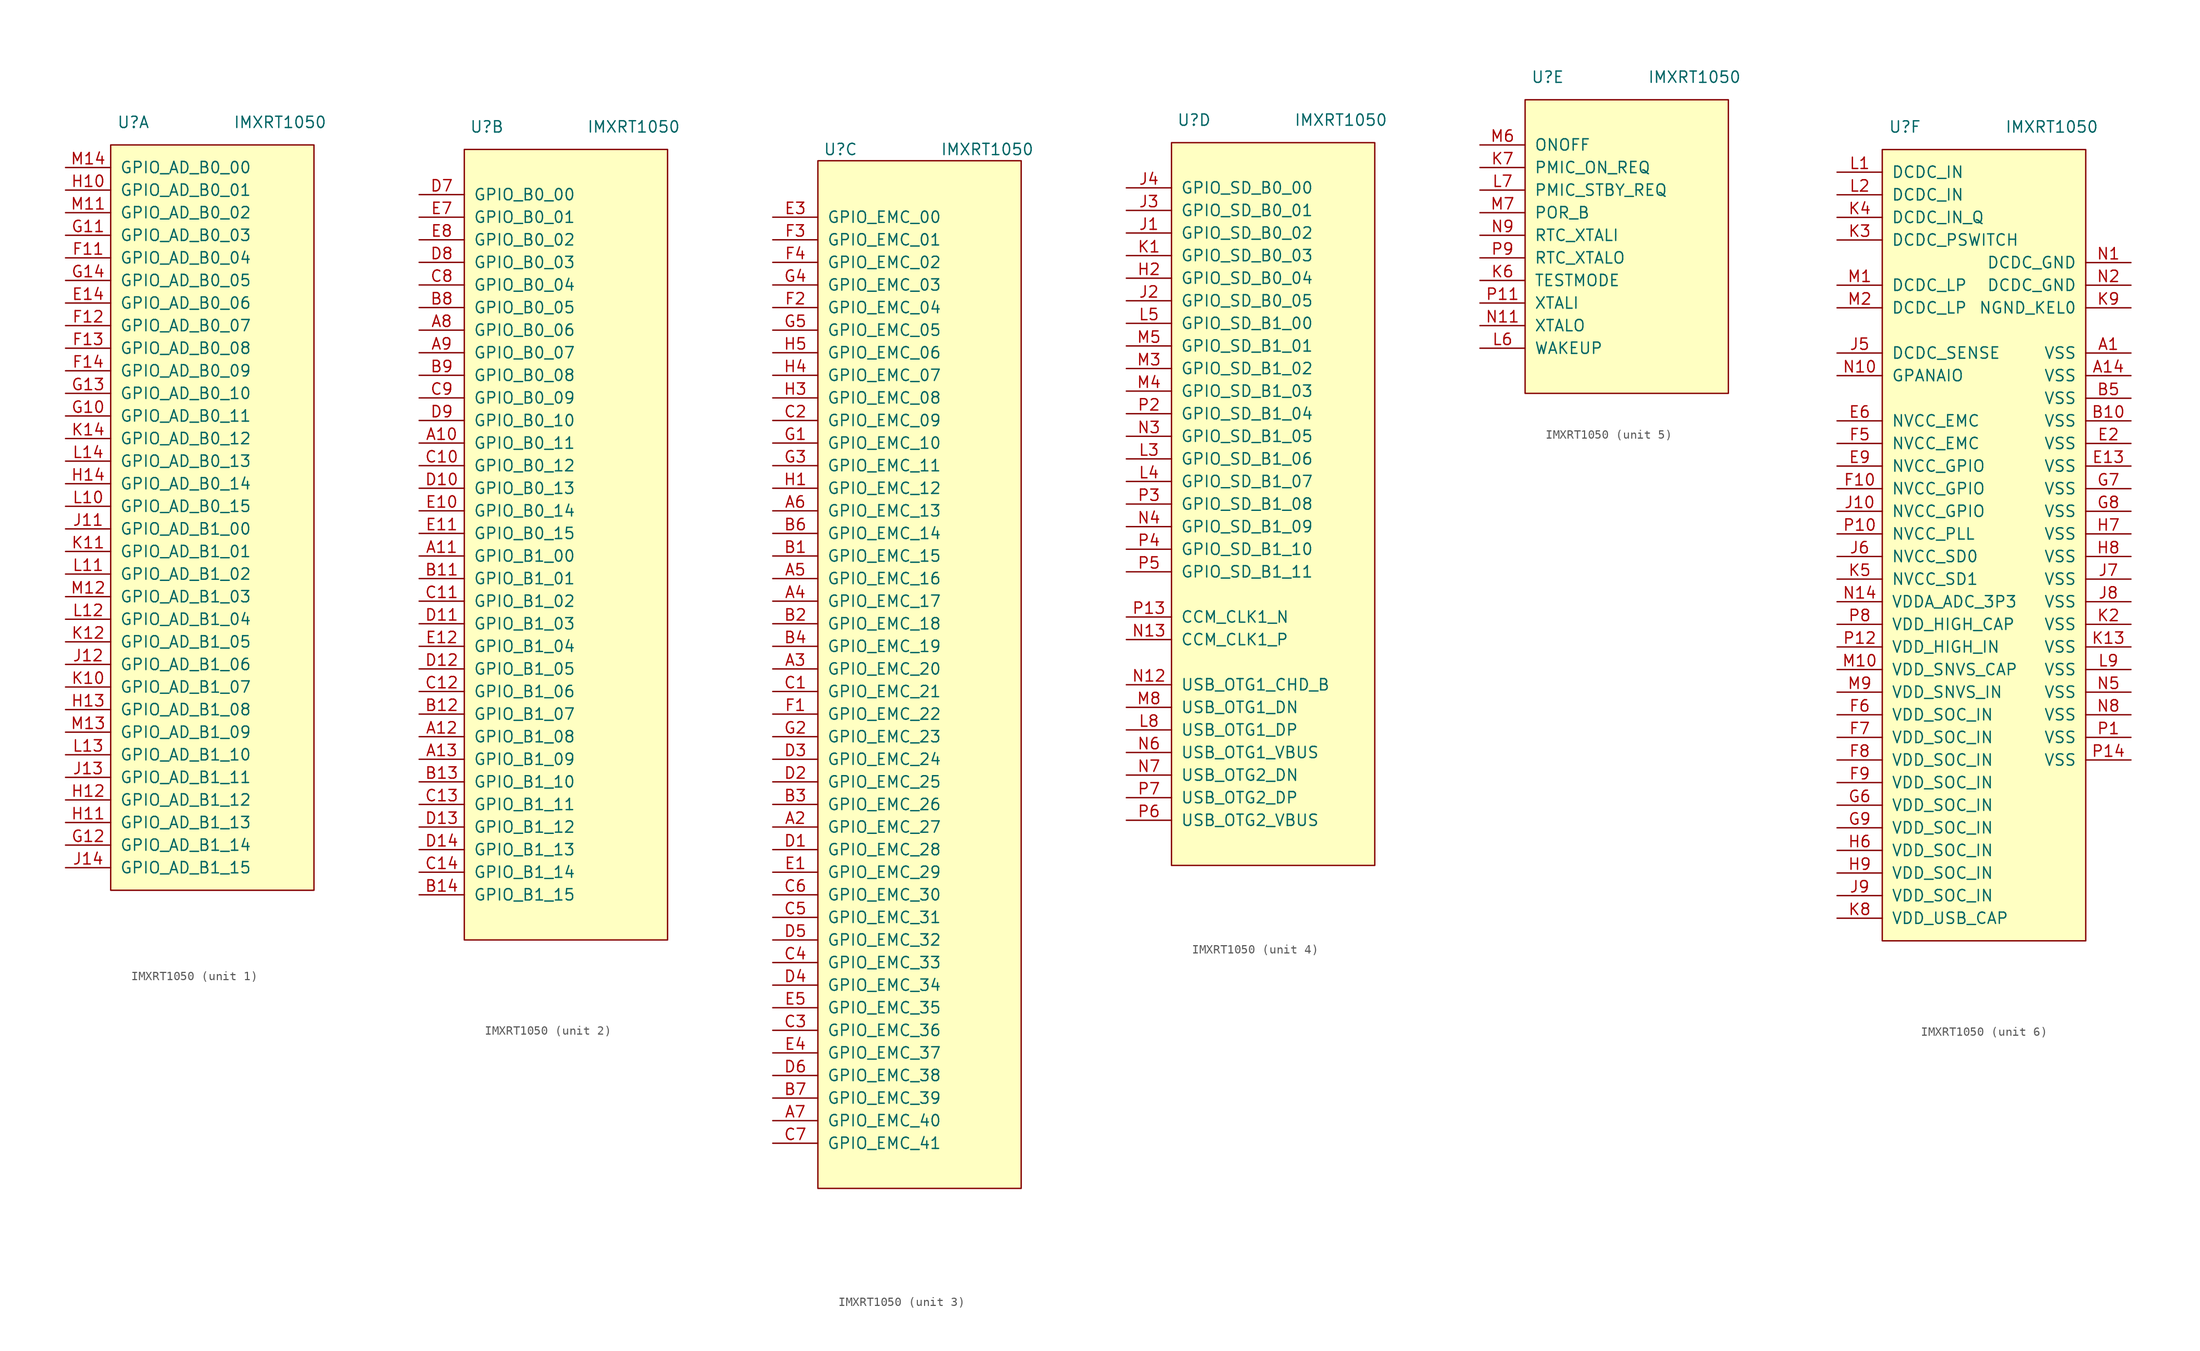
<source format=kicad_sym>
(kicad_symbol_lib
  (version 20210619)
  (generator kicad_symbol_editor)
  (symbol "symbols:IMXRT1050"
    (pin_names
      (offset 1.016))
    (property "Reference" "U"
      (at -10.16 43.18 0)
      (effects (font (size 1.27 1.27))))
    (property "Value" "IMXRT1050"
      (at 6.35 43.18 0)
      (effects (font (size 1.27 1.27))))
    (property "ki_locked" ""
      (at 0 0 0)
      (effects (font (size 1.27 1.27))))
    (symbol "IMXRT1050_1_1"
      (rectangle (start -12.7 40.64) (end 10.16 -43.18) (stroke (width 0)) (fill (type background)))
      (pin input line (at -17.78 22.86 0) (length 5.08) (name "GPIO_AD_B0_06" (effects (font (size 1.27 1.27)))) (number "E14" (effects (font (size 1.27 1.27)))))
      (pin input line (at -17.78 27.94 0) (length 5.08) (name "GPIO_AD_B0_04" (effects (font (size 1.27 1.27)))) (number "F11" (effects (font (size 1.27 1.27)))))
      (pin input line (at -17.78 20.32 0) (length 5.08) (name "GPIO_AD_B0_07" (effects (font (size 1.27 1.27)))) (number "F12" (effects (font (size 1.27 1.27)))))
      (pin input line (at -17.78 17.78 0) (length 5.08) (name "GPIO_AD_B0_08" (effects (font (size 1.27 1.27)))) (number "F13" (effects (font (size 1.27 1.27)))))
      (pin input line (at -17.78 15.24 0) (length 5.08) (name "GPIO_AD_B0_09" (effects (font (size 1.27 1.27)))) (number "F14" (effects (font (size 1.27 1.27)))))
      (pin input line (at -17.78 10.16 0) (length 5.08) (name "GPIO_AD_B0_11" (effects (font (size 1.27 1.27)))) (number "G10" (effects (font (size 1.27 1.27)))))
      (pin input line (at -17.78 30.48 0) (length 5.08) (name "GPIO_AD_B0_03" (effects (font (size 1.27 1.27)))) (number "G11" (effects (font (size 1.27 1.27)))))
      (pin input line (at -17.78 -38.1 0) (length 5.08) (name "GPIO_AD_B1_14" (effects (font (size 1.27 1.27)))) (number "G12" (effects (font (size 1.27 1.27)))))
      (pin input line (at -17.78 12.7 0) (length 5.08) (name "GPIO_AD_B0_10" (effects (font (size 1.27 1.27)))) (number "G13" (effects (font (size 1.27 1.27)))))
      (pin input line (at -17.78 25.4 0) (length 5.08) (name "GPIO_AD_B0_05" (effects (font (size 1.27 1.27)))) (number "G14" (effects (font (size 1.27 1.27)))))
      (pin input line (at -17.78 35.56 0) (length 5.08) (name "GPIO_AD_B0_01" (effects (font (size 1.27 1.27)))) (number "H10" (effects (font (size 1.27 1.27)))))
      (pin input line (at -17.78 -35.56 0) (length 5.08) (name "GPIO_AD_B1_13" (effects (font (size 1.27 1.27)))) (number "H11" (effects (font (size 1.27 1.27)))))
      (pin input line (at -17.78 -33.02 0) (length 5.08) (name "GPIO_AD_B1_12" (effects (font (size 1.27 1.27)))) (number "H12" (effects (font (size 1.27 1.27)))))
      (pin input line (at -17.78 -22.86 0) (length 5.08) (name "GPIO_AD_B1_08" (effects (font (size 1.27 1.27)))) (number "H13" (effects (font (size 1.27 1.27)))))
      (pin input line (at -17.78 2.54 0) (length 5.08) (name "GPIO_AD_B0_14" (effects (font (size 1.27 1.27)))) (number "H14" (effects (font (size 1.27 1.27)))))
      (pin input line (at -17.78 -2.54 0) (length 5.08) (name "GPIO_AD_B1_00" (effects (font (size 1.27 1.27)))) (number "J11" (effects (font (size 1.27 1.27)))))
      (pin input line (at -17.78 -17.78 0) (length 5.08) (name "GPIO_AD_B1_06" (effects (font (size 1.27 1.27)))) (number "J12" (effects (font (size 1.27 1.27)))))
      (pin input line (at -17.78 -30.48 0) (length 5.08) (name "GPIO_AD_B1_11" (effects (font (size 1.27 1.27)))) (number "J13" (effects (font (size 1.27 1.27)))))
      (pin input line (at -17.78 -40.64 0) (length 5.08) (name "GPIO_AD_B1_15" (effects (font (size 1.27 1.27)))) (number "J14" (effects (font (size 1.27 1.27)))))
      (pin input line (at -17.78 -20.32 0) (length 5.08) (name "GPIO_AD_B1_07" (effects (font (size 1.27 1.27)))) (number "K10" (effects (font (size 1.27 1.27)))))
      (pin input line (at -17.78 -5.08 0) (length 5.08) (name "GPIO_AD_B1_01" (effects (font (size 1.27 1.27)))) (number "K11" (effects (font (size 1.27 1.27)))))
      (pin input line (at -17.78 -15.24 0) (length 5.08) (name "GPIO_AD_B1_05" (effects (font (size 1.27 1.27)))) (number "K12" (effects (font (size 1.27 1.27)))))
      (pin input line (at -17.78 7.62 0) (length 5.08) (name "GPIO_AD_B0_12" (effects (font (size 1.27 1.27)))) (number "K14" (effects (font (size 1.27 1.27)))))
      (pin input line (at -17.78 0 0) (length 5.08) (name "GPIO_AD_B0_15" (effects (font (size 1.27 1.27)))) (number "L10" (effects (font (size 1.27 1.27)))))
      (pin input line (at -17.78 -7.62 0) (length 5.08) (name "GPIO_AD_B1_02" (effects (font (size 1.27 1.27)))) (number "L11" (effects (font (size 1.27 1.27)))))
      (pin input line (at -17.78 -12.7 0) (length 5.08) (name "GPIO_AD_B1_04" (effects (font (size 1.27 1.27)))) (number "L12" (effects (font (size 1.27 1.27)))))
      (pin input line (at -17.78 -27.94 0) (length 5.08) (name "GPIO_AD_B1_10" (effects (font (size 1.27 1.27)))) (number "L13" (effects (font (size 1.27 1.27)))))
      (pin input line (at -17.78 5.08 0) (length 5.08) (name "GPIO_AD_B0_13" (effects (font (size 1.27 1.27)))) (number "L14" (effects (font (size 1.27 1.27)))))
      (pin input line (at -17.78 33.02 0) (length 5.08) (name "GPIO_AD_B0_02" (effects (font (size 1.27 1.27)))) (number "M11" (effects (font (size 1.27 1.27)))))
      (pin input line (at -17.78 -10.16 0) (length 5.08) (name "GPIO_AD_B1_03" (effects (font (size 1.27 1.27)))) (number "M12" (effects (font (size 1.27 1.27)))))
      (pin input line (at -17.78 -25.4 0) (length 5.08) (name "GPIO_AD_B1_09" (effects (font (size 1.27 1.27)))) (number "M13" (effects (font (size 1.27 1.27)))))
      (pin input line (at -17.78 38.1 0) (length 5.08) (name "GPIO_AD_B0_00" (effects (font (size 1.27 1.27)))) (number "M14" (effects (font (size 1.27 1.27))))))
    (symbol "IMXRT1050_2_1"
      (rectangle (start -12.7 40.64) (end 10.16 -48.26) (stroke (width 0)) (fill (type background)))
      (pin input line (at -17.78 7.62 0) (length 5.08) (name "GPIO_B0_11" (effects (font (size 1.27 1.27)))) (number "A10" (effects (font (size 1.27 1.27)))))
      (pin input line (at -17.78 -5.08 0) (length 5.08) (name "GPIO_B1_00" (effects (font (size 1.27 1.27)))) (number "A11" (effects (font (size 1.27 1.27)))))
      (pin input line (at -17.78 -25.4 0) (length 5.08) (name "GPIO_B1_08" (effects (font (size 1.27 1.27)))) (number "A12" (effects (font (size 1.27 1.27)))))
      (pin input line (at -17.78 -27.94 0) (length 5.08) (name "GPIO_B1_09" (effects (font (size 1.27 1.27)))) (number "A13" (effects (font (size 1.27 1.27)))))
      (pin input line (at -17.78 20.32 0) (length 5.08) (name "GPIO_B0_06" (effects (font (size 1.27 1.27)))) (number "A8" (effects (font (size 1.27 1.27)))))
      (pin input line (at -17.78 17.78 0) (length 5.08) (name "GPIO_B0_07" (effects (font (size 1.27 1.27)))) (number "A9" (effects (font (size 1.27 1.27)))))
      (pin input line (at -17.78 -7.62 0) (length 5.08) (name "GPIO_B1_01" (effects (font (size 1.27 1.27)))) (number "B11" (effects (font (size 1.27 1.27)))))
      (pin input line (at -17.78 -22.86 0) (length 5.08) (name "GPIO_B1_07" (effects (font (size 1.27 1.27)))) (number "B12" (effects (font (size 1.27 1.27)))))
      (pin input line (at -17.78 -30.48 0) (length 5.08) (name "GPIO_B1_10" (effects (font (size 1.27 1.27)))) (number "B13" (effects (font (size 1.27 1.27)))))
      (pin input line (at -17.78 -43.18 0) (length 5.08) (name "GPIO_B1_15" (effects (font (size 1.27 1.27)))) (number "B14" (effects (font (size 1.27 1.27)))))
      (pin input line (at -17.78 22.86 0) (length 5.08) (name "GPIO_B0_05" (effects (font (size 1.27 1.27)))) (number "B8" (effects (font (size 1.27 1.27)))))
      (pin input line (at -17.78 15.24 0) (length 5.08) (name "GPIO_B0_08" (effects (font (size 1.27 1.27)))) (number "B9" (effects (font (size 1.27 1.27)))))
      (pin input line (at -17.78 5.08 0) (length 5.08) (name "GPIO_B0_12" (effects (font (size 1.27 1.27)))) (number "C10" (effects (font (size 1.27 1.27)))))
      (pin input line (at -17.78 -10.16 0) (length 5.08) (name "GPIO_B1_02" (effects (font (size 1.27 1.27)))) (number "C11" (effects (font (size 1.27 1.27)))))
      (pin input line (at -17.78 -20.32 0) (length 5.08) (name "GPIO_B1_06" (effects (font (size 1.27 1.27)))) (number "C12" (effects (font (size 1.27 1.27)))))
      (pin input line (at -17.78 -33.02 0) (length 5.08) (name "GPIO_B1_11" (effects (font (size 1.27 1.27)))) (number "C13" (effects (font (size 1.27 1.27)))))
      (pin input line (at -17.78 -40.64 0) (length 5.08) (name "GPIO_B1_14" (effects (font (size 1.27 1.27)))) (number "C14" (effects (font (size 1.27 1.27)))))
      (pin input line (at -17.78 25.4 0) (length 5.08) (name "GPIO_B0_04" (effects (font (size 1.27 1.27)))) (number "C8" (effects (font (size 1.27 1.27)))))
      (pin input line (at -17.78 12.7 0) (length 5.08) (name "GPIO_B0_09" (effects (font (size 1.27 1.27)))) (number "C9" (effects (font (size 1.27 1.27)))))
      (pin input line (at -17.78 2.54 0) (length 5.08) (name "GPIO_B0_13" (effects (font (size 1.27 1.27)))) (number "D10" (effects (font (size 1.27 1.27)))))
      (pin input line (at -17.78 -12.7 0) (length 5.08) (name "GPIO_B1_03" (effects (font (size 1.27 1.27)))) (number "D11" (effects (font (size 1.27 1.27)))))
      (pin input line (at -17.78 -17.78 0) (length 5.08) (name "GPIO_B1_05" (effects (font (size 1.27 1.27)))) (number "D12" (effects (font (size 1.27 1.27)))))
      (pin input line (at -17.78 -35.56 0) (length 5.08) (name "GPIO_B1_12" (effects (font (size 1.27 1.27)))) (number "D13" (effects (font (size 1.27 1.27)))))
      (pin input line (at -17.78 -38.1 0) (length 5.08) (name "GPIO_B1_13" (effects (font (size 1.27 1.27)))) (number "D14" (effects (font (size 1.27 1.27)))))
      (pin input line (at -17.78 35.56 0) (length 5.08) (name "GPIO_B0_00" (effects (font (size 1.27 1.27)))) (number "D7" (effects (font (size 1.27 1.27)))))
      (pin input line (at -17.78 27.94 0) (length 5.08) (name "GPIO_B0_03" (effects (font (size 1.27 1.27)))) (number "D8" (effects (font (size 1.27 1.27)))))
      (pin input line (at -17.78 10.16 0) (length 5.08) (name "GPIO_B0_10" (effects (font (size 1.27 1.27)))) (number "D9" (effects (font (size 1.27 1.27)))))
      (pin input line (at -17.78 0 0) (length 5.08) (name "GPIO_B0_14" (effects (font (size 1.27 1.27)))) (number "E10" (effects (font (size 1.27 1.27)))))
      (pin input line (at -17.78 -2.54 0) (length 5.08) (name "GPIO_B0_15" (effects (font (size 1.27 1.27)))) (number "E11" (effects (font (size 1.27 1.27)))))
      (pin input line (at -17.78 -15.24 0) (length 5.08) (name "GPIO_B1_04" (effects (font (size 1.27 1.27)))) (number "E12" (effects (font (size 1.27 1.27)))))
      (pin input line (at -17.78 33.02 0) (length 5.08) (name "GPIO_B0_01" (effects (font (size 1.27 1.27)))) (number "E7" (effects (font (size 1.27 1.27)))))
      (pin input line (at -17.78 30.48 0) (length 5.08) (name "GPIO_B0_02" (effects (font (size 1.27 1.27)))) (number "E8" (effects (font (size 1.27 1.27))))))
    (symbol "IMXRT1050_3_1"
      (rectangle (start -12.7 41.91) (end 10.16 -73.66) (stroke (width 0)) (fill (type background)))
      (pin input line (at -17.78 -33.02 0) (length 5.08) (name "GPIO_EMC_27" (effects (font (size 1.27 1.27)))) (number "A2" (effects (font (size 1.27 1.27)))))
      (pin input line (at -17.78 -15.24 0) (length 5.08) (name "GPIO_EMC_20" (effects (font (size 1.27 1.27)))) (number "A3" (effects (font (size 1.27 1.27)))))
      (pin input line (at -17.78 -7.62 0) (length 5.08) (name "GPIO_EMC_17" (effects (font (size 1.27 1.27)))) (number "A4" (effects (font (size 1.27 1.27)))))
      (pin input line (at -17.78 -5.08 0) (length 5.08) (name "GPIO_EMC_16" (effects (font (size 1.27 1.27)))) (number "A5" (effects (font (size 1.27 1.27)))))
      (pin input line (at -17.78 2.54 0) (length 5.08) (name "GPIO_EMC_13" (effects (font (size 1.27 1.27)))) (number "A6" (effects (font (size 1.27 1.27)))))
      (pin input line (at -17.78 -66.04 0) (length 5.08) (name "GPIO_EMC_40" (effects (font (size 1.27 1.27)))) (number "A7" (effects (font (size 1.27 1.27)))))
      (pin input line (at -17.78 -2.54 0) (length 5.08) (name "GPIO_EMC_15" (effects (font (size 1.27 1.27)))) (number "B1" (effects (font (size 1.27 1.27)))))
      (pin input line (at -17.78 -10.16 0) (length 5.08) (name "GPIO_EMC_18" (effects (font (size 1.27 1.27)))) (number "B2" (effects (font (size 1.27 1.27)))))
      (pin input line (at -17.78 -30.48 0) (length 5.08) (name "GPIO_EMC_26" (effects (font (size 1.27 1.27)))) (number "B3" (effects (font (size 1.27 1.27)))))
      (pin input line (at -17.78 -12.7 0) (length 5.08) (name "GPIO_EMC_19" (effects (font (size 1.27 1.27)))) (number "B4" (effects (font (size 1.27 1.27)))))
      (pin input line (at -17.78 0 0) (length 5.08) (name "GPIO_EMC_14" (effects (font (size 1.27 1.27)))) (number "B6" (effects (font (size 1.27 1.27)))))
      (pin input line (at -17.78 -63.5 0) (length 5.08) (name "GPIO_EMC_39" (effects (font (size 1.27 1.27)))) (number "B7" (effects (font (size 1.27 1.27)))))
      (pin input line (at -17.78 -17.78 0) (length 5.08) (name "GPIO_EMC_21" (effects (font (size 1.27 1.27)))) (number "C1" (effects (font (size 1.27 1.27)))))
      (pin input line (at -17.78 12.7 0) (length 5.08) (name "GPIO_EMC_09" (effects (font (size 1.27 1.27)))) (number "C2" (effects (font (size 1.27 1.27)))))
      (pin input line (at -17.78 -55.88 0) (length 5.08) (name "GPIO_EMC_36" (effects (font (size 1.27 1.27)))) (number "C3" (effects (font (size 1.27 1.27)))))
      (pin input line (at -17.78 -48.26 0) (length 5.08) (name "GPIO_EMC_33" (effects (font (size 1.27 1.27)))) (number "C4" (effects (font (size 1.27 1.27)))))
      (pin input line (at -17.78 -43.18 0) (length 5.08) (name "GPIO_EMC_31" (effects (font (size 1.27 1.27)))) (number "C5" (effects (font (size 1.27 1.27)))))
      (pin input line (at -17.78 -40.64 0) (length 5.08) (name "GPIO_EMC_30" (effects (font (size 1.27 1.27)))) (number "C6" (effects (font (size 1.27 1.27)))))
      (pin input line (at -17.78 -68.58 0) (length 5.08) (name "GPIO_EMC_41" (effects (font (size 1.27 1.27)))) (number "C7" (effects (font (size 1.27 1.27)))))
      (pin input line (at -17.78 -35.56 0) (length 5.08) (name "GPIO_EMC_28" (effects (font (size 1.27 1.27)))) (number "D1" (effects (font (size 1.27 1.27)))))
      (pin input line (at -17.78 -27.94 0) (length 5.08) (name "GPIO_EMC_25" (effects (font (size 1.27 1.27)))) (number "D2" (effects (font (size 1.27 1.27)))))
      (pin input line (at -17.78 -25.4 0) (length 5.08) (name "GPIO_EMC_24" (effects (font (size 1.27 1.27)))) (number "D3" (effects (font (size 1.27 1.27)))))
      (pin input line (at -17.78 -50.8 0) (length 5.08) (name "GPIO_EMC_34" (effects (font (size 1.27 1.27)))) (number "D4" (effects (font (size 1.27 1.27)))))
      (pin input line (at -17.78 -45.72 0) (length 5.08) (name "GPIO_EMC_32" (effects (font (size 1.27 1.27)))) (number "D5" (effects (font (size 1.27 1.27)))))
      (pin input line (at -17.78 -60.96 0) (length 5.08) (name "GPIO_EMC_38" (effects (font (size 1.27 1.27)))) (number "D6" (effects (font (size 1.27 1.27)))))
      (pin input line (at -17.78 -38.1 0) (length 5.08) (name "GPIO_EMC_29" (effects (font (size 1.27 1.27)))) (number "E1" (effects (font (size 1.27 1.27)))))
      (pin input line (at -17.78 35.56 0) (length 5.08) (name "GPIO_EMC_00" (effects (font (size 1.27 1.27)))) (number "E3" (effects (font (size 1.27 1.27)))))
      (pin input line (at -17.78 -58.42 0) (length 5.08) (name "GPIO_EMC_37" (effects (font (size 1.27 1.27)))) (number "E4" (effects (font (size 1.27 1.27)))))
      (pin input line (at -17.78 -53.34 0) (length 5.08) (name "GPIO_EMC_35" (effects (font (size 1.27 1.27)))) (number "E5" (effects (font (size 1.27 1.27)))))
      (pin input line (at -17.78 -20.32 0) (length 5.08) (name "GPIO_EMC_22" (effects (font (size 1.27 1.27)))) (number "F1" (effects (font (size 1.27 1.27)))))
      (pin input line (at -17.78 25.4 0) (length 5.08) (name "GPIO_EMC_04" (effects (font (size 1.27 1.27)))) (number "F2" (effects (font (size 1.27 1.27)))))
      (pin input line (at -17.78 33.02 0) (length 5.08) (name "GPIO_EMC_01" (effects (font (size 1.27 1.27)))) (number "F3" (effects (font (size 1.27 1.27)))))
      (pin input line (at -17.78 30.48 0) (length 5.08) (name "GPIO_EMC_02" (effects (font (size 1.27 1.27)))) (number "F4" (effects (font (size 1.27 1.27)))))
      (pin input line (at -17.78 10.16 0) (length 5.08) (name "GPIO_EMC_10" (effects (font (size 1.27 1.27)))) (number "G1" (effects (font (size 1.27 1.27)))))
      (pin input line (at -17.78 -22.86 0) (length 5.08) (name "GPIO_EMC_23" (effects (font (size 1.27 1.27)))) (number "G2" (effects (font (size 1.27 1.27)))))
      (pin input line (at -17.78 7.62 0) (length 5.08) (name "GPIO_EMC_11" (effects (font (size 1.27 1.27)))) (number "G3" (effects (font (size 1.27 1.27)))))
      (pin input line (at -17.78 27.94 0) (length 5.08) (name "GPIO_EMC_03" (effects (font (size 1.27 1.27)))) (number "G4" (effects (font (size 1.27 1.27)))))
      (pin input line (at -17.78 22.86 0) (length 5.08) (name "GPIO_EMC_05" (effects (font (size 1.27 1.27)))) (number "G5" (effects (font (size 1.27 1.27)))))
      (pin input line (at -17.78 5.08 0) (length 5.08) (name "GPIO_EMC_12" (effects (font (size 1.27 1.27)))) (number "H1" (effects (font (size 1.27 1.27)))))
      (pin input line (at -17.78 15.24 0) (length 5.08) (name "GPIO_EMC_08" (effects (font (size 1.27 1.27)))) (number "H3" (effects (font (size 1.27 1.27)))))
      (pin input line (at -17.78 17.78 0) (length 5.08) (name "GPIO_EMC_07" (effects (font (size 1.27 1.27)))) (number "H4" (effects (font (size 1.27 1.27)))))
      (pin input line (at -17.78 20.32 0) (length 5.08) (name "GPIO_EMC_06" (effects (font (size 1.27 1.27)))) (number "H5" (effects (font (size 1.27 1.27))))))
    (symbol "IMXRT1050_4_1"
      (rectangle (start -12.7 40.64) (end 10.16 -40.64) (stroke (width 0)) (fill (type background)))
      (pin input line (at -17.78 25.4 0) (length 5.08) (name "GPIO_SD_B0_04" (effects (font (size 1.27 1.27)))) (number "H2" (effects (font (size 1.27 1.27)))))
      (pin input line (at -17.78 30.48 0) (length 5.08) (name "GPIO_SD_B0_02" (effects (font (size 1.27 1.27)))) (number "J1" (effects (font (size 1.27 1.27)))))
      (pin input line (at -17.78 22.86 0) (length 5.08) (name "GPIO_SD_B0_05" (effects (font (size 1.27 1.27)))) (number "J2" (effects (font (size 1.27 1.27)))))
      (pin input line (at -17.78 33.02 0) (length 5.08) (name "GPIO_SD_B0_01" (effects (font (size 1.27 1.27)))) (number "J3" (effects (font (size 1.27 1.27)))))
      (pin input line (at -17.78 35.56 0) (length 5.08) (name "GPIO_SD_B0_00" (effects (font (size 1.27 1.27)))) (number "J4" (effects (font (size 1.27 1.27)))))
      (pin input line (at -17.78 27.94 0) (length 5.08) (name "GPIO_SD_B0_03" (effects (font (size 1.27 1.27)))) (number "K1" (effects (font (size 1.27 1.27)))))
      (pin input line (at -17.78 5.08 0) (length 5.08) (name "GPIO_SD_B1_06" (effects (font (size 1.27 1.27)))) (number "L3" (effects (font (size 1.27 1.27)))))
      (pin input line (at -17.78 2.54 0) (length 5.08) (name "GPIO_SD_B1_07" (effects (font (size 1.27 1.27)))) (number "L4" (effects (font (size 1.27 1.27)))))
      (pin input line (at -17.78 20.32 0) (length 5.08) (name "GPIO_SD_B1_00" (effects (font (size 1.27 1.27)))) (number "L5" (effects (font (size 1.27 1.27)))))
      (pin input line (at -17.78 -25.4 0) (length 5.08) (name "USB_OTG1_DP" (effects (font (size 1.27 1.27)))) (number "L8" (effects (font (size 1.27 1.27)))))
      (pin input line (at -17.78 15.24 0) (length 5.08) (name "GPIO_SD_B1_02" (effects (font (size 1.27 1.27)))) (number "M3" (effects (font (size 1.27 1.27)))))
      (pin input line (at -17.78 12.7 0) (length 5.08) (name "GPIO_SD_B1_03" (effects (font (size 1.27 1.27)))) (number "M4" (effects (font (size 1.27 1.27)))))
      (pin input line (at -17.78 17.78 0) (length 5.08) (name "GPIO_SD_B1_01" (effects (font (size 1.27 1.27)))) (number "M5" (effects (font (size 1.27 1.27)))))
      (pin input line (at -17.78 -22.86 0) (length 5.08) (name "USB_OTG1_DN" (effects (font (size 1.27 1.27)))) (number "M8" (effects (font (size 1.27 1.27)))))
      (pin input line (at -17.78 -20.32 0) (length 5.08) (name "USB_OTG1_CHD_B" (effects (font (size 1.27 1.27)))) (number "N12" (effects (font (size 1.27 1.27)))))
      (pin input line (at -17.78 -15.24 0) (length 5.08) (name "CCM_CLK1_P" (effects (font (size 1.27 1.27)))) (number "N13" (effects (font (size 1.27 1.27)))))
      (pin input line (at -17.78 7.62 0) (length 5.08) (name "GPIO_SD_B1_05" (effects (font (size 1.27 1.27)))) (number "N3" (effects (font (size 1.27 1.27)))))
      (pin input line (at -17.78 -2.54 0) (length 5.08) (name "GPIO_SD_B1_09" (effects (font (size 1.27 1.27)))) (number "N4" (effects (font (size 1.27 1.27)))))
      (pin input line (at -17.78 -27.94 0) (length 5.08) (name "USB_OTG1_VBUS" (effects (font (size 1.27 1.27)))) (number "N6" (effects (font (size 1.27 1.27)))))
      (pin input line (at -17.78 -30.48 0) (length 5.08) (name "USB_OTG2_DN" (effects (font (size 1.27 1.27)))) (number "N7" (effects (font (size 1.27 1.27)))))
      (pin input line (at -17.78 -12.7 0) (length 5.08) (name "CCM_CLK1_N" (effects (font (size 1.27 1.27)))) (number "P13" (effects (font (size 1.27 1.27)))))
      (pin input line (at -17.78 10.16 0) (length 5.08) (name "GPIO_SD_B1_04" (effects (font (size 1.27 1.27)))) (number "P2" (effects (font (size 1.27 1.27)))))
      (pin input line (at -17.78 0 0) (length 5.08) (name "GPIO_SD_B1_08" (effects (font (size 1.27 1.27)))) (number "P3" (effects (font (size 1.27 1.27)))))
      (pin input line (at -17.78 -5.08 0) (length 5.08) (name "GPIO_SD_B1_10" (effects (font (size 1.27 1.27)))) (number "P4" (effects (font (size 1.27 1.27)))))
      (pin input line (at -17.78 -7.62 0) (length 5.08) (name "GPIO_SD_B1_11" (effects (font (size 1.27 1.27)))) (number "P5" (effects (font (size 1.27 1.27)))))
      (pin input line (at -17.78 -35.56 0) (length 5.08) (name "USB_OTG2_VBUS" (effects (font (size 1.27 1.27)))) (number "P6" (effects (font (size 1.27 1.27)))))
      (pin input line (at -17.78 -33.02 0) (length 5.08) (name "USB_OTG2_DP" (effects (font (size 1.27 1.27)))) (number "P7" (effects (font (size 1.27 1.27))))))
    (symbol "IMXRT1050_5_1"
      (rectangle (start -12.7 40.64) (end 10.16 7.62) (stroke (width 0)) (fill (type background)))
      (pin input line (at -17.78 20.32 0) (length 5.08) (name "TESTMODE" (effects (font (size 1.27 1.27)))) (number "K6" (effects (font (size 1.27 1.27)))))
      (pin input line (at -17.78 33.02 0) (length 5.08) (name "PMIC_ON_REQ" (effects (font (size 1.27 1.27)))) (number "K7" (effects (font (size 1.27 1.27)))))
      (pin input line (at -17.78 12.7 0) (length 5.08) (name "WAKEUP" (effects (font (size 1.27 1.27)))) (number "L6" (effects (font (size 1.27 1.27)))))
      (pin input line (at -17.78 30.48 0) (length 5.08) (name "PMIC_STBY_REQ" (effects (font (size 1.27 1.27)))) (number "L7" (effects (font (size 1.27 1.27)))))
      (pin input line (at -17.78 35.56 0) (length 5.08) (name "ONOFF" (effects (font (size 1.27 1.27)))) (number "M6" (effects (font (size 1.27 1.27)))))
      (pin input line (at -17.78 27.94 0) (length 5.08) (name "POR_B" (effects (font (size 1.27 1.27)))) (number "M7" (effects (font (size 1.27 1.27)))))
      (pin input line (at -17.78 15.24 0) (length 5.08) (name "XTALO" (effects (font (size 1.27 1.27)))) (number "N11" (effects (font (size 1.27 1.27)))))
      (pin input line (at -17.78 25.4 0) (length 5.08) (name "RTC_XTALI" (effects (font (size 1.27 1.27)))) (number "N9" (effects (font (size 1.27 1.27)))))
      (pin input line (at -17.78 17.78 0) (length 5.08) (name "XTALI" (effects (font (size 1.27 1.27)))) (number "P11" (effects (font (size 1.27 1.27)))))
      (pin input line (at -17.78 22.86 0) (length 5.08) (name "RTC_XTALO" (effects (font (size 1.27 1.27)))) (number "P9" (effects (font (size 1.27 1.27))))))
    (symbol "IMXRT1050_6_1"
      (rectangle (start -12.7 40.64) (end 10.16 -48.26) (stroke (width 0)) (fill (type background)))
      (pin input line (at 15.24 17.78 180) (length 5.08) (name "VSS" (effects (font (size 1.27 1.27)))) (number "A1" (effects (font (size 1.27 1.27)))))
      (pin input line (at 15.24 15.24 180) (length 5.08) (name "VSS" (effects (font (size 1.27 1.27)))) (number "A14" (effects (font (size 1.27 1.27)))))
      (pin input line (at 15.24 10.16 180) (length 5.08) (name "VSS" (effects (font (size 1.27 1.27)))) (number "B10" (effects (font (size 1.27 1.27)))))
      (pin input line (at 15.24 12.7 180) (length 5.08) (name "VSS" (effects (font (size 1.27 1.27)))) (number "B5" (effects (font (size 1.27 1.27)))))
      (pin input line (at 15.24 5.08 180) (length 5.08) (name "VSS" (effects (font (size 1.27 1.27)))) (number "E13" (effects (font (size 1.27 1.27)))))
      (pin input line (at 15.24 7.62 180) (length 5.08) (name "VSS" (effects (font (size 1.27 1.27)))) (number "E2" (effects (font (size 1.27 1.27)))))
      (pin input line (at -17.78 10.16 0) (length 5.08) (name "NVCC_EMC" (effects (font (size 1.27 1.27)))) (number "E6" (effects (font (size 1.27 1.27)))))
      (pin input line (at -17.78 5.08 0) (length 5.08) (name "NVCC_GPIO" (effects (font (size 1.27 1.27)))) (number "E9" (effects (font (size 1.27 1.27)))))
      (pin input line (at -17.78 2.54 0) (length 5.08) (name "NVCC_GPIO" (effects (font (size 1.27 1.27)))) (number "F10" (effects (font (size 1.27 1.27)))))
      (pin input line (at -17.78 7.62 0) (length 5.08) (name "NVCC_EMC" (effects (font (size 1.27 1.27)))) (number "F5" (effects (font (size 1.27 1.27)))))
      (pin input line (at -17.78 -22.86 0) (length 5.08) (name "VDD_SOC_IN" (effects (font (size 1.27 1.27)))) (number "F6" (effects (font (size 1.27 1.27)))))
      (pin input line (at -17.78 -25.4 0) (length 5.08) (name "VDD_SOC_IN" (effects (font (size 1.27 1.27)))) (number "F7" (effects (font (size 1.27 1.27)))))
      (pin input line (at -17.78 -27.94 0) (length 5.08) (name "VDD_SOC_IN" (effects (font (size 1.27 1.27)))) (number "F8" (effects (font (size 1.27 1.27)))))
      (pin input line (at -17.78 -30.48 0) (length 5.08) (name "VDD_SOC_IN" (effects (font (size 1.27 1.27)))) (number "F9" (effects (font (size 1.27 1.27)))))
      (pin input line (at -17.78 -33.02 0) (length 5.08) (name "VDD_SOC_IN" (effects (font (size 1.27 1.27)))) (number "G6" (effects (font (size 1.27 1.27)))))
      (pin input line (at 15.24 2.54 180) (length 5.08) (name "VSS" (effects (font (size 1.27 1.27)))) (number "G7" (effects (font (size 1.27 1.27)))))
      (pin input line (at 15.24 0 180) (length 5.08) (name "VSS" (effects (font (size 1.27 1.27)))) (number "G8" (effects (font (size 1.27 1.27)))))
      (pin input line (at -17.78 -35.56 0) (length 5.08) (name "VDD_SOC_IN" (effects (font (size 1.27 1.27)))) (number "G9" (effects (font (size 1.27 1.27)))))
      (pin input line (at -17.78 -38.1 0) (length 5.08) (name "VDD_SOC_IN" (effects (font (size 1.27 1.27)))) (number "H6" (effects (font (size 1.27 1.27)))))
      (pin input line (at 15.24 -2.54 180) (length 5.08) (name "VSS" (effects (font (size 1.27 1.27)))) (number "H7" (effects (font (size 1.27 1.27)))))
      (pin input line (at 15.24 -5.08 180) (length 5.08) (name "VSS" (effects (font (size 1.27 1.27)))) (number "H8" (effects (font (size 1.27 1.27)))))
      (pin input line (at -17.78 -40.64 0) (length 5.08) (name "VDD_SOC_IN" (effects (font (size 1.27 1.27)))) (number "H9" (effects (font (size 1.27 1.27)))))
      (pin input line (at -17.78 0 0) (length 5.08) (name "NVCC_GPIO" (effects (font (size 1.27 1.27)))) (number "J10" (effects (font (size 1.27 1.27)))))
      (pin input line (at -17.78 17.78 0) (length 5.08) (name "DCDC_SENSE" (effects (font (size 1.27 1.27)))) (number "J5" (effects (font (size 1.27 1.27)))))
      (pin input line (at -17.78 -5.08 0) (length 5.08) (name "NVCC_SD0" (effects (font (size 1.27 1.27)))) (number "J6" (effects (font (size 1.27 1.27)))))
      (pin input line (at 15.24 -7.62 180) (length 5.08) (name "VSS" (effects (font (size 1.27 1.27)))) (number "J7" (effects (font (size 1.27 1.27)))))
      (pin input line (at 15.24 -10.16 180) (length 5.08) (name "VSS" (effects (font (size 1.27 1.27)))) (number "J8" (effects (font (size 1.27 1.27)))))
      (pin input line (at -17.78 -43.18 0) (length 5.08) (name "VDD_SOC_IN" (effects (font (size 1.27 1.27)))) (number "J9" (effects (font (size 1.27 1.27)))))
      (pin input line (at 15.24 -15.24 180) (length 5.08) (name "VSS" (effects (font (size 1.27 1.27)))) (number "K13" (effects (font (size 1.27 1.27)))))
      (pin input line (at 15.24 -12.7 180) (length 5.08) (name "VSS" (effects (font (size 1.27 1.27)))) (number "K2" (effects (font (size 1.27 1.27)))))
      (pin input line (at -17.78 30.48 0) (length 5.08) (name "DCDC_PSWITCH" (effects (font (size 1.27 1.27)))) (number "K3" (effects (font (size 1.27 1.27)))))
      (pin input line (at -17.78 33.02 0) (length 5.08) (name "DCDC_IN_Q" (effects (font (size 1.27 1.27)))) (number "K4" (effects (font (size 1.27 1.27)))))
      (pin input line (at -17.78 -7.62 0) (length 5.08) (name "NVCC_SD1" (effects (font (size 1.27 1.27)))) (number "K5" (effects (font (size 1.27 1.27)))))
      (pin input line (at -17.78 -45.72 0) (length 5.08) (name "VDD_USB_CAP" (effects (font (size 1.27 1.27)))) (number "K8" (effects (font (size 1.27 1.27)))))
      (pin input line (at 15.24 22.86 180) (length 5.08) (name "NGND_KEL0" (effects (font (size 1.27 1.27)))) (number "K9" (effects (font (size 1.27 1.27)))))
      (pin input line (at -17.78 38.1 0) (length 5.08) (name "DCDC_IN" (effects (font (size 1.27 1.27)))) (number "L1" (effects (font (size 1.27 1.27)))))
      (pin input line (at -17.78 35.56 0) (length 5.08) (name "DCDC_IN" (effects (font (size 1.27 1.27)))) (number "L2" (effects (font (size 1.27 1.27)))))
      (pin input line (at 15.24 -17.78 180) (length 5.08) (name "VSS" (effects (font (size 1.27 1.27)))) (number "L9" (effects (font (size 1.27 1.27)))))
      (pin input line (at -17.78 25.4 0) (length 5.08) (name "DCDC_LP" (effects (font (size 1.27 1.27)))) (number "M1" (effects (font (size 1.27 1.27)))))
      (pin input line (at -17.78 -17.78 0) (length 5.08) (name "VDD_SNVS_CAP" (effects (font (size 1.27 1.27)))) (number "M10" (effects (font (size 1.27 1.27)))))
      (pin input line (at -17.78 22.86 0) (length 5.08) (name "DCDC_LP" (effects (font (size 1.27 1.27)))) (number "M2" (effects (font (size 1.27 1.27)))))
      (pin input line (at -17.78 -20.32 0) (length 5.08) (name "VDD_SNVS_IN" (effects (font (size 1.27 1.27)))) (number "M9" (effects (font (size 1.27 1.27)))))
      (pin input line (at 15.24 27.94 180) (length 5.08) (name "DCDC_GND" (effects (font (size 1.27 1.27)))) (number "N1" (effects (font (size 1.27 1.27)))))
      (pin input line (at -17.78 15.24 0) (length 5.08) (name "GPANAIO" (effects (font (size 1.27 1.27)))) (number "N10" (effects (font (size 1.27 1.27)))))
      (pin input line (at -17.78 -10.16 0) (length 5.08) (name "VDDA_ADC_3P3" (effects (font (size 1.27 1.27)))) (number "N14" (effects (font (size 1.27 1.27)))))
      (pin input line (at 15.24 25.4 180) (length 5.08) (name "DCDC_GND" (effects (font (size 1.27 1.27)))) (number "N2" (effects (font (size 1.27 1.27)))))
      (pin input line (at 15.24 -20.32 180) (length 5.08) (name "VSS" (effects (font (size 1.27 1.27)))) (number "N5" (effects (font (size 1.27 1.27)))))
      (pin input line (at 15.24 -22.86 180) (length 5.08) (name "VSS" (effects (font (size 1.27 1.27)))) (number "N8" (effects (font (size 1.27 1.27)))))
      (pin input line (at 15.24 -25.4 180) (length 5.08) (name "VSS" (effects (font (size 1.27 1.27)))) (number "P1" (effects (font (size 1.27 1.27)))))
      (pin input line (at -17.78 -2.54 0) (length 5.08) (name "NVCC_PLL" (effects (font (size 1.27 1.27)))) (number "P10" (effects (font (size 1.27 1.27)))))
      (pin input line (at -17.78 -15.24 0) (length 5.08) (name "VDD_HIGH_IN" (effects (font (size 1.27 1.27)))) (number "P12" (effects (font (size 1.27 1.27)))))
      (pin input line (at 15.24 -27.94 180) (length 5.08) (name "VSS" (effects (font (size 1.27 1.27)))) (number "P14" (effects (font (size 1.27 1.27)))))
      (pin input line (at -17.78 -12.7 0) (length 5.08) (name "VDD_HIGH_CAP" (effects (font (size 1.27 1.27)))) (number "P8" (effects (font (size 1.27 1.27))))))))
</source>
